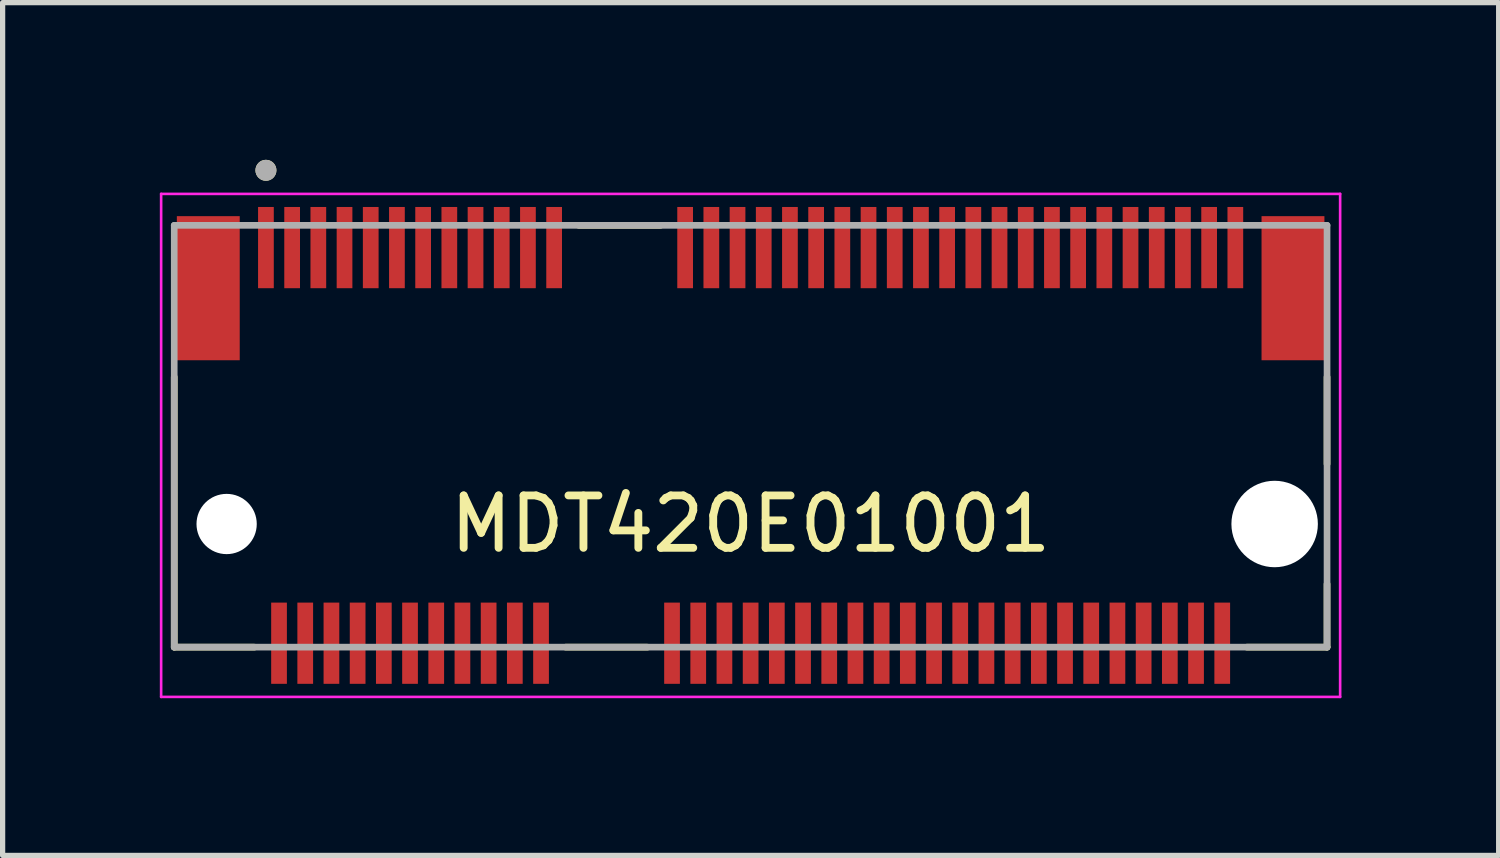
<source format=kicad_pcb>
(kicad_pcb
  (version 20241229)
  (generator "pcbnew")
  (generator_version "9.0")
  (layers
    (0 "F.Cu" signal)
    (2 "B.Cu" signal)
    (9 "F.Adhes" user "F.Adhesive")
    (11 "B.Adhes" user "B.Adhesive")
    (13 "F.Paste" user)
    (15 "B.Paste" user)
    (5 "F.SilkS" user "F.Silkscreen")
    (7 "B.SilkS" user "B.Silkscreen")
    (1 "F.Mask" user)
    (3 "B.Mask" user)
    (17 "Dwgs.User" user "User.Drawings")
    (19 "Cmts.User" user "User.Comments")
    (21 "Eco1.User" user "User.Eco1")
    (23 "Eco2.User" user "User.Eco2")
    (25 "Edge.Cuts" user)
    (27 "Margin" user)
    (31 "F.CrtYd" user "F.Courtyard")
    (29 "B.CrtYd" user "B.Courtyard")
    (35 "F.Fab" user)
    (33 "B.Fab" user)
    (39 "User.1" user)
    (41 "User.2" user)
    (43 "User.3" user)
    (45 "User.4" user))
  (footprint "MDT420E01001"
    (layer "F.Cu")
    (at 11.275 6.95)
    (property "Reference" "MDT420E01001" (at 0 0 0) (layer "F.SilkS") (effects (font (size 1 1) (thickness 0.15))))
    (attr smd)
    (fp_line (start -11 2.35) (end -11 -2.805) (stroke (width 0.127) (type solid)) (layer "F.SilkS"))
    (fp_line (start -9.47 2.35) (end -11 2.35) (stroke (width 0.127) (type solid)) (layer "F.SilkS"))
    (fp_line (start -3.53 2.35) (end -1.97 2.35) (stroke (width 0.127) (type solid)) (layer "F.SilkS"))
    (fp_line (start -3.28 -5.7) (end -1.72 -5.7) (stroke (width 0.127) (type solid)) (layer "F.SilkS"))
    (fp_line (start 11 -2.805) (end 11 -1.145) (stroke (width 0.127) (type solid)) (layer "F.SilkS"))
    (fp_line (start 11 2.35) (end 9.47 2.35) (stroke (width 0.127) (type solid)) (layer "F.SilkS"))
    (fp_line (start 11 2.35) (end 11 1.145) (stroke (width 0.127) (type solid)) (layer "F.SilkS"))
    (fp_circle (center -9.25 -6.75) (end -9.15 -6.75) (stroke (width 0.2) (type solid)) (fill no) (layer "F.SilkS"))
    (fp_line (start -11.25 -6.3) (end -11.25 3.3) (stroke (width 0.05) (type solid)) (layer "F.CrtYd"))
    (fp_line (start -11.25 3.3) (end 11.25 3.3) (stroke (width 0.05) (type solid)) (layer "F.CrtYd"))
    (fp_line (start 11.25 -6.3) (end -11.25 -6.3) (stroke (width 0.05) (type solid)) (layer "F.CrtYd"))
    (fp_line (start 11.25 3.3) (end 11.25 -6.3) (stroke (width 0.05) (type solid)) (layer "F.CrtYd"))
    (fp_line (start -11 -5.7) (end 11 -5.7) (stroke (width 0.127) (type solid)) (layer "F.Fab"))
    (fp_line (start -11 2.35) (end -11 -5.7) (stroke (width 0.127) (type solid)) (layer "F.Fab"))
    (fp_line (start 11 -5.7) (end 11 2.35) (stroke (width 0.127) (type solid)) (layer "F.Fab"))
    (fp_line (start 11 2.35) (end -11 2.35) (stroke (width 0.127) (type solid)) (layer "F.Fab"))
    (fp_circle (center -9.25 -6.75) (end -9.15 -6.75) (stroke (width 0.2) (type solid)) (fill no) (layer "F.Fab"))
    (pad "" np_thru_hole circle (at -10 0) (size 1.15 1.15) (drill 1.15) (layers "*.Cu" "*.Mask"))
    (pad "" np_thru_hole circle (at 10 0) (size 1.65 1.65) (drill 1.65) (layers "*.Cu" "*.Mask"))
    (pad "1" smd rect (at -9.25 -5.275) (size 0.3 1.55) (layers "F.Cu" "F.Mask" "F.Paste"))
    (pad "2" smd rect (at -9 2.275) (size 0.3 1.55) (layers "F.Cu" "F.Mask" "F.Paste"))
    (pad "3" smd rect (at -8.75 -5.275) (size 0.3 1.55) (layers "F.Cu" "F.Mask" "F.Paste"))
    (pad "4" smd rect (at -8.5 2.275) (size 0.3 1.55) (layers "F.Cu" "F.Mask" "F.Paste"))
    (pad "5" smd rect (at -8.25 -5.275) (size 0.3 1.55) (layers "F.Cu" "F.Mask" "F.Paste"))
    (pad "6" smd rect (at -8 2.275) (size 0.3 1.55) (layers "F.Cu" "F.Mask" "F.Paste"))
    (pad "7" smd rect (at -7.75 -5.275) (size 0.3 1.55) (layers "F.Cu" "F.Mask" "F.Paste"))
    (pad "8" smd rect (at -7.5 2.275) (size 0.3 1.55) (layers "F.Cu" "F.Mask" "F.Paste"))
    (pad "9" smd rect (at -7.25 -5.275) (size 0.3 1.55) (layers "F.Cu" "F.Mask" "F.Paste"))
    (pad "10" smd rect (at -7 2.275) (size 0.3 1.55) (layers "F.Cu" "F.Mask" "F.Paste"))
    (pad "11" smd rect (at -6.75 -5.275) (size 0.3 1.55) (layers "F.Cu" "F.Mask" "F.Paste"))
    (pad "12" smd rect (at -6.5 2.275) (size 0.3 1.55) (layers "F.Cu" "F.Mask" "F.Paste"))
    (pad "13" smd rect (at -6.25 -5.275) (size 0.3 1.55) (layers "F.Cu" "F.Mask" "F.Paste"))
    (pad "14" smd rect (at -6 2.275) (size 0.3 1.55) (layers "F.Cu" "F.Mask" "F.Paste"))
    (pad "15" smd rect (at -5.75 -5.275) (size 0.3 1.55) (layers "F.Cu" "F.Mask" "F.Paste"))
    (pad "16" smd rect (at -5.5 2.275) (size 0.3 1.55) (layers "F.Cu" "F.Mask" "F.Paste"))
    (pad "17" smd rect (at -5.25 -5.275) (size 0.3 1.55) (layers "F.Cu" "F.Mask" "F.Paste"))
    (pad "18" smd rect (at -5 2.275) (size 0.3 1.55) (layers "F.Cu" "F.Mask" "F.Paste"))
    (pad "19" smd rect (at -4.75 -5.275) (size 0.3 1.55) (layers "F.Cu" "F.Mask" "F.Paste"))
    (pad "20" smd rect (at -4.5 2.275) (size 0.3 1.55) (layers "F.Cu" "F.Mask" "F.Paste"))
    (pad "21" smd rect (at -4.25 -5.275) (size 0.3 1.55) (layers "F.Cu" "F.Mask" "F.Paste"))
    (pad "22" smd rect (at -4 2.275) (size 0.3 1.55) (layers "F.Cu" "F.Mask" "F.Paste"))
    (pad "23" smd rect (at -3.75 -5.275) (size 0.3 1.55) (layers "F.Cu" "F.Mask" "F.Paste"))
    (pad "32" smd rect (at -1.5 2.275) (size 0.3 1.55) (layers "F.Cu" "F.Mask" "F.Paste"))
    (pad "33" smd rect (at -1.25 -5.275) (size 0.3 1.55) (layers "F.Cu" "F.Mask" "F.Paste"))
    (pad "34" smd rect (at -1 2.275) (size 0.3 1.55) (layers "F.Cu" "F.Mask" "F.Paste"))
    (pad "35" smd rect (at -0.75 -5.275) (size 0.3 1.55) (layers "F.Cu" "F.Mask" "F.Paste"))
    (pad "36" smd rect (at -0.5 2.275) (size 0.3 1.55) (layers "F.Cu" "F.Mask" "F.Paste"))
    (pad "37" smd rect (at -0.25 -5.275) (size 0.3 1.55) (layers "F.Cu" "F.Mask" "F.Paste"))
    (pad "38" smd rect (at 0 2.275) (size 0.3 1.55) (layers "F.Cu" "F.Mask" "F.Paste"))
    (pad "39" smd rect (at 0.25 -5.275) (size 0.3 1.55) (layers "F.Cu" "F.Mask" "F.Paste"))
    (pad "40" smd rect (at 0.5 2.275) (size 0.3 1.55) (layers "F.Cu" "F.Mask" "F.Paste"))
    (pad "41" smd rect (at 0.75 -5.275) (size 0.3 1.55) (layers "F.Cu" "F.Mask" "F.Paste"))
    (pad "42" smd rect (at 1 2.275) (size 0.3 1.55) (layers "F.Cu" "F.Mask" "F.Paste"))
    (pad "43" smd rect (at 1.25 -5.275) (size 0.3 1.55) (layers "F.Cu" "F.Mask" "F.Paste"))
    (pad "44" smd rect (at 1.5 2.275) (size 0.3 1.55) (layers "F.Cu" "F.Mask" "F.Paste"))
    (pad "45" smd rect (at 1.75 -5.275) (size 0.3 1.55) (layers "F.Cu" "F.Mask" "F.Paste"))
    (pad "46" smd rect (at 2 2.275) (size 0.3 1.55) (layers "F.Cu" "F.Mask" "F.Paste"))
    (pad "47" smd rect (at 2.25 -5.275) (size 0.3 1.55) (layers "F.Cu" "F.Mask" "F.Paste"))
    (pad "48" smd rect (at 2.5 2.275) (size 0.3 1.55) (layers "F.Cu" "F.Mask" "F.Paste"))
    (pad "49" smd rect (at 2.75 -5.275) (size 0.3 1.55) (layers "F.Cu" "F.Mask" "F.Paste"))
    (pad "50" smd rect (at 3 2.275) (size 0.3 1.55) (layers "F.Cu" "F.Mask" "F.Paste"))
    (pad "51" smd rect (at 3.25 -5.275) (size 0.3 1.55) (layers "F.Cu" "F.Mask" "F.Paste"))
    (pad "52" smd rect (at 3.5 2.275) (size 0.3 1.55) (layers "F.Cu" "F.Mask" "F.Paste"))
    (pad "53" smd rect (at 3.75 -5.275) (size 0.3 1.55) (layers "F.Cu" "F.Mask" "F.Paste"))
    (pad "54" smd rect (at 4 2.275) (size 0.3 1.55) (layers "F.Cu" "F.Mask" "F.Paste"))
    (pad "55" smd rect (at 4.25 -5.275) (size 0.3 1.55) (layers "F.Cu" "F.Mask" "F.Paste"))
    (pad "56" smd rect (at 4.5 2.275) (size 0.3 1.55) (layers "F.Cu" "F.Mask" "F.Paste"))
    (pad "57" smd rect (at 4.75 -5.275) (size 0.3 1.55) (layers "F.Cu" "F.Mask" "F.Paste"))
    (pad "58" smd rect (at 5 2.275) (size 0.3 1.55) (layers "F.Cu" "F.Mask" "F.Paste"))
    (pad "59" smd rect (at 5.25 -5.275) (size 0.3 1.55) (layers "F.Cu" "F.Mask" "F.Paste"))
    (pad "60" smd rect (at 5.5 2.275) (size 0.3 1.55) (layers "F.Cu" "F.Mask" "F.Paste"))
    (pad "61" smd rect (at 5.75 -5.275) (size 0.3 1.55) (layers "F.Cu" "F.Mask" "F.Paste"))
    (pad "62" smd rect (at 6 2.275) (size 0.3 1.55) (layers "F.Cu" "F.Mask" "F.Paste"))
    (pad "63" smd rect (at 6.25 -5.275) (size 0.3 1.55) (layers "F.Cu" "F.Mask" "F.Paste"))
    (pad "64" smd rect (at 6.5 2.275) (size 0.3 1.55) (layers "F.Cu" "F.Mask" "F.Paste"))
    (pad "65" smd rect (at 6.75 -5.275) (size 0.3 1.55) (layers "F.Cu" "F.Mask" "F.Paste"))
    (pad "66" smd rect (at 7 2.275) (size 0.3 1.55) (layers "F.Cu" "F.Mask" "F.Paste"))
    (pad "67" smd rect (at 7.25 -5.275) (size 0.3 1.55) (layers "F.Cu" "F.Mask" "F.Paste"))
    (pad "68" smd rect (at 7.5 2.275) (size 0.3 1.55) (layers "F.Cu" "F.Mask" "F.Paste"))
    (pad "69" smd rect (at 7.75 -5.275) (size 0.3 1.55) (layers "F.Cu" "F.Mask" "F.Paste"))
    (pad "70" smd rect (at 8 2.275) (size 0.3 1.55) (layers "F.Cu" "F.Mask" "F.Paste"))
    (pad "71" smd rect (at 8.25 -5.275) (size 0.3 1.55) (layers "F.Cu" "F.Mask" "F.Paste"))
    (pad "72" smd rect (at 8.5 2.275) (size 0.3 1.55) (layers "F.Cu" "F.Mask" "F.Paste"))
    (pad "73" smd rect (at 8.75 -5.275) (size 0.3 1.55) (layers "F.Cu" "F.Mask" "F.Paste"))
    (pad "74" smd rect (at 9 2.275) (size 0.3 1.55) (layers "F.Cu" "F.Mask" "F.Paste"))
    (pad "75" smd rect (at 9.25 -5.275) (size 0.3 1.55) (layers "F.Cu" "F.Mask" "F.Paste"))
    (pad "S1" smd rect (at -10.35 -4.5) (size 1.2 2.75) (layers "F.Cu" "F.Mask" "F.Paste"))
    (pad "S2" smd rect (at 10.35 -4.5) (size 1.2 2.75) (layers "F.Cu" "F.Mask" "F.Paste")))
  (gr_rect
    (start -3 -3)
    (end 25.55 13.275)
    (stroke (width 0.1) (type default))
    (fill no)
    (layer "Edge.Cuts")))
</source>
